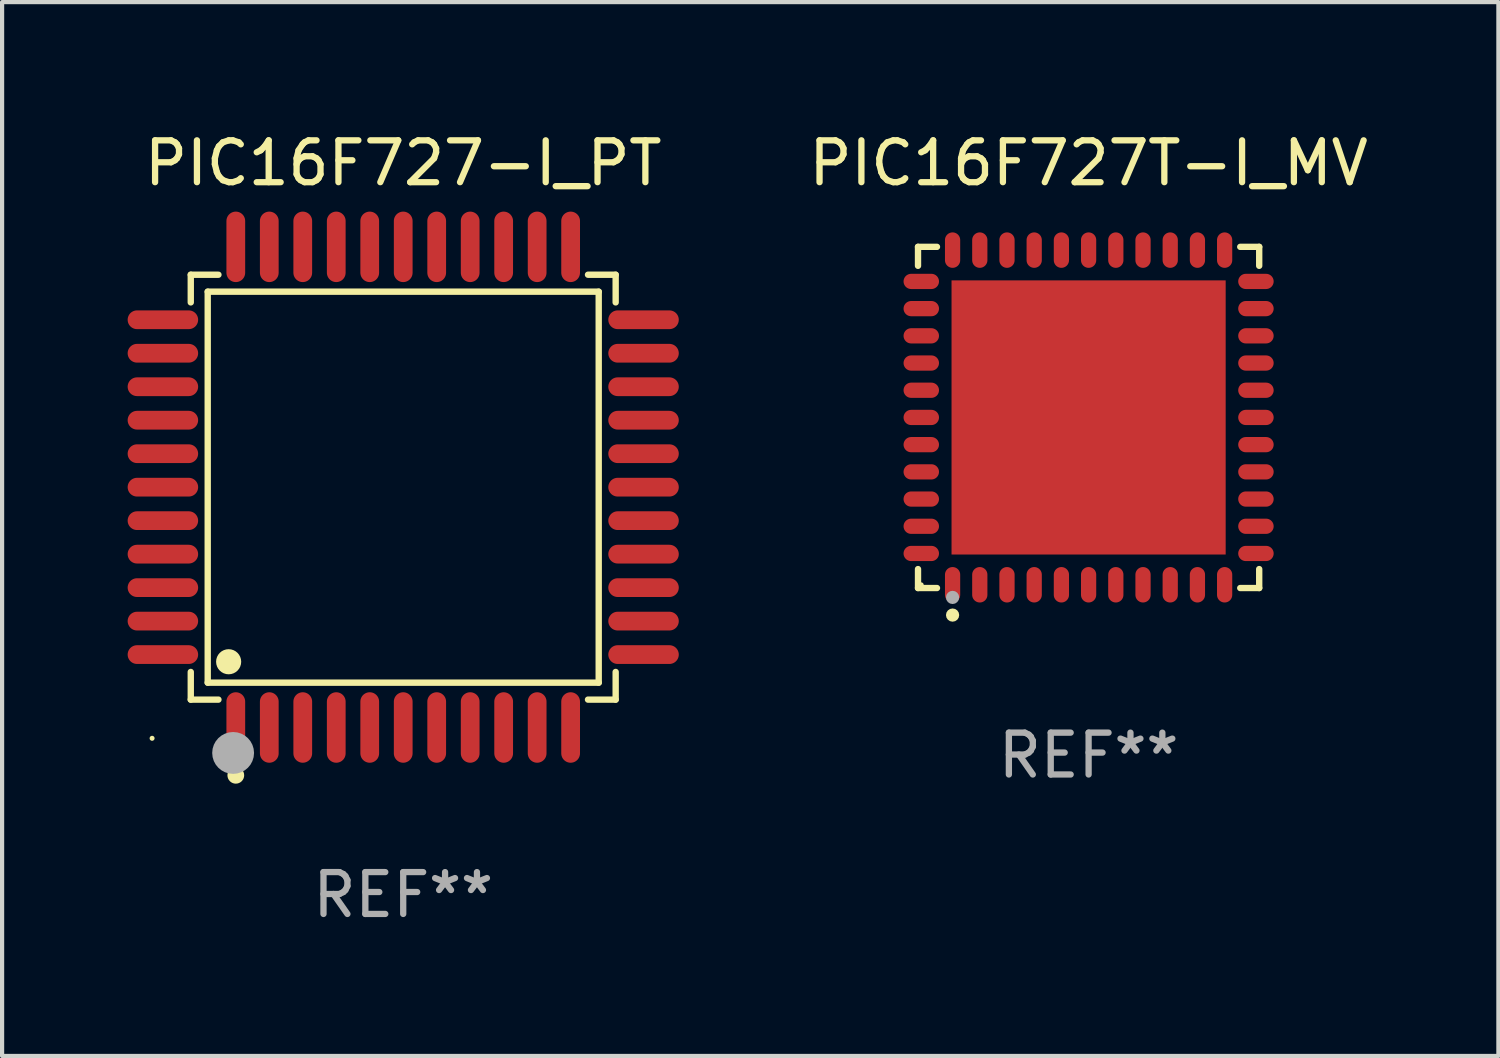
<source format=kicad_pcb>
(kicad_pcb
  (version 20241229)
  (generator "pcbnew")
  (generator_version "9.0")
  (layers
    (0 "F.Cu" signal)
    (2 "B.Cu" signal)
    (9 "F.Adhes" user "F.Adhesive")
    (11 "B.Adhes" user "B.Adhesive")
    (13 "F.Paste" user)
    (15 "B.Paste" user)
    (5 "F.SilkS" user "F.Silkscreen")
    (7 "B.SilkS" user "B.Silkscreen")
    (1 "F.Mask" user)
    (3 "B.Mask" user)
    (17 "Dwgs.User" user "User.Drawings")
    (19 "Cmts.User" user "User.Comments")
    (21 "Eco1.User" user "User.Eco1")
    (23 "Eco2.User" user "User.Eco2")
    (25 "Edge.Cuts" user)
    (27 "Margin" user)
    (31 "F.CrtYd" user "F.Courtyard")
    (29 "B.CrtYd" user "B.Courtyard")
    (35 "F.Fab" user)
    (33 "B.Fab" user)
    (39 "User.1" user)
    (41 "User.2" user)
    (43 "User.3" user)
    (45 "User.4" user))
  (footprint "PIC16F727-I_PT"
    (layer "F.Cu")
    (at 6.584 8.59)
    (property "Reference" "PIC16F727-I_PT" (at 0 -7.742 0) (layer "F.SilkS") (effects (font (size 1 1) (thickness 0.15))))
    (attr through_hole)
    (fp_line (start -5.076 -5.076) (end -4.415 -5.076) (stroke (width 0.152) (type solid)) (layer "F.SilkS"))
    (fp_line (start -5.076 -4.415) (end -5.076 -5.076) (stroke (width 0.152) (type solid)) (layer "F.SilkS"))
    (fp_line (start -5.076 4.415) (end -5.076 5.076) (stroke (width 0.152) (type solid)) (layer "F.SilkS"))
    (fp_line (start -5.076 5.076) (end -4.415 5.076) (stroke (width 0.152) (type solid)) (layer "F.SilkS"))
    (fp_line (start -4.671 -4.671) (end 4.671 -4.671) (stroke (width 0.152) (type solid)) (layer "F.SilkS"))
    (fp_line (start -4.671 4.671) (end -4.671 -4.671) (stroke (width 0.152) (type solid)) (layer "F.SilkS"))
    (fp_line (start 4.671 -4.671) (end 4.671 4.671) (stroke (width 0.152) (type solid)) (layer "F.SilkS"))
    (fp_line (start 4.671 4.671) (end -4.671 4.671) (stroke (width 0.152) (type solid)) (layer "F.SilkS"))
    (fp_line (start 5.076 -5.076) (end 4.415 -5.076) (stroke (width 0.152) (type solid)) (layer "F.SilkS"))
    (fp_line (start 5.076 -4.415) (end 5.076 -5.076) (stroke (width 0.152) (type solid)) (layer "F.SilkS"))
    (fp_line (start 5.076 4.415) (end 5.076 5.076) (stroke (width 0.152) (type solid)) (layer "F.SilkS"))
    (fp_line (start 5.076 5.076) (end 4.415 5.076) (stroke (width 0.152) (type solid)) (layer "F.SilkS"))
    (fp_circle (center -6 6) (end -5.97 6) (stroke (width 0.06) (type solid)) (fill no) (layer "F.SilkS"))
    (fp_circle (center -4.171 4.171) (end -4.021 4.171) (stroke (width 0.3) (type solid)) (fill no) (layer "F.SilkS"))
    (fp_circle (center -4 6.884) (end -3.9 6.884) (stroke (width 0.2) (type solid)) (fill no) (layer "F.SilkS"))
    (fp_circle (center -4.064 6.35) (end -3.814 6.35) (stroke (width 0.5) (type solid)) (fill no) (layer "F.Fab"))
    (fp_text user "REF**" (at 0 9.742 0) (layer "F.Fab") (effects (font (size 1 1) (thickness 0.15))))
    (pad "1" smd oval (at -4 5.742) (size 0.448 1.684) (layers "F.Cu" "F.Mask" "F.Paste"))
    (pad "2" smd oval (at -3.2 5.742) (size 0.448 1.684) (layers "F.Cu" "F.Mask" "F.Paste"))
    (pad "3" smd oval (at -2.4 5.742) (size 0.448 1.684) (layers "F.Cu" "F.Mask" "F.Paste"))
    (pad "4" smd oval (at -1.6 5.742) (size 0.448 1.684) (layers "F.Cu" "F.Mask" "F.Paste"))
    (pad "5" smd oval (at -0.8 5.742) (size 0.448 1.684) (layers "F.Cu" "F.Mask" "F.Paste"))
    (pad "6" smd oval (at 0 5.742) (size 0.448 1.684) (layers "F.Cu" "F.Mask" "F.Paste"))
    (pad "7" smd oval (at 0.8 5.742) (size 0.448 1.684) (layers "F.Cu" "F.Mask" "F.Paste"))
    (pad "8" smd oval (at 1.6 5.742) (size 0.448 1.684) (layers "F.Cu" "F.Mask" "F.Paste"))
    (pad "9" smd oval (at 2.4 5.742) (size 0.448 1.684) (layers "F.Cu" "F.Mask" "F.Paste"))
    (pad "10" smd oval (at 3.2 5.742) (size 0.448 1.684) (layers "F.Cu" "F.Mask" "F.Paste"))
    (pad "11" smd oval (at 4 5.742) (size 0.448 1.684) (layers "F.Cu" "F.Mask" "F.Paste"))
    (pad "12" smd oval (at 5.742 4) (size 1.684 0.448) (layers "F.Cu" "F.Mask" "F.Paste"))
    (pad "13" smd oval (at 5.742 3.2) (size 1.684 0.448) (layers "F.Cu" "F.Mask" "F.Paste"))
    (pad "14" smd oval (at 5.742 2.4) (size 1.684 0.448) (layers "F.Cu" "F.Mask" "F.Paste"))
    (pad "15" smd oval (at 5.742 1.6) (size 1.684 0.448) (layers "F.Cu" "F.Mask" "F.Paste"))
    (pad "16" smd oval (at 5.742 0.8) (size 1.684 0.448) (layers "F.Cu" "F.Mask" "F.Paste"))
    (pad "17" smd oval (at 5.742 0) (size 1.684 0.448) (layers "F.Cu" "F.Mask" "F.Paste"))
    (pad "18" smd oval (at 5.742 -0.8) (size 1.684 0.448) (layers "F.Cu" "F.Mask" "F.Paste"))
    (pad "19" smd oval (at 5.742 -1.6) (size 1.684 0.448) (layers "F.Cu" "F.Mask" "F.Paste"))
    (pad "20" smd oval (at 5.742 -2.4) (size 1.684 0.448) (layers "F.Cu" "F.Mask" "F.Paste"))
    (pad "21" smd oval (at 5.742 -3.2) (size 1.684 0.448) (layers "F.Cu" "F.Mask" "F.Paste"))
    (pad "22" smd oval (at 5.742 -4) (size 1.684 0.448) (layers "F.Cu" "F.Mask" "F.Paste"))
    (pad "23" smd oval (at 4 -5.742) (size 0.448 1.684) (layers "F.Cu" "F.Mask" "F.Paste"))
    (pad "24" smd oval (at 3.2 -5.742) (size 0.448 1.684) (layers "F.Cu" "F.Mask" "F.Paste"))
    (pad "25" smd oval (at 2.4 -5.742) (size 0.448 1.684) (layers "F.Cu" "F.Mask" "F.Paste"))
    (pad "26" smd oval (at 1.6 -5.742) (size 0.448 1.684) (layers "F.Cu" "F.Mask" "F.Paste"))
    (pad "27" smd oval (at 0.8 -5.742) (size 0.448 1.684) (layers "F.Cu" "F.Mask" "F.Paste"))
    (pad "28" smd oval (at 0 -5.742) (size 0.448 1.684) (layers "F.Cu" "F.Mask" "F.Paste"))
    (pad "29" smd oval (at -0.8 -5.742) (size 0.448 1.684) (layers "F.Cu" "F.Mask" "F.Paste"))
    (pad "30" smd oval (at -1.6 -5.742) (size 0.448 1.684) (layers "F.Cu" "F.Mask" "F.Paste"))
    (pad "31" smd oval (at -2.4 -5.742) (size 0.448 1.684) (layers "F.Cu" "F.Mask" "F.Paste"))
    (pad "32" smd oval (at -3.2 -5.742) (size 0.448 1.684) (layers "F.Cu" "F.Mask" "F.Paste"))
    (pad "33" smd oval (at -4 -5.742) (size 0.448 1.684) (layers "F.Cu" "F.Mask" "F.Paste"))
    (pad "34" smd oval (at -5.742 -4) (size 1.684 0.448) (layers "F.Cu" "F.Mask" "F.Paste"))
    (pad "35" smd oval (at -5.742 -3.2) (size 1.684 0.448) (layers "F.Cu" "F.Mask" "F.Paste"))
    (pad "36" smd oval (at -5.742 -2.4) (size 1.684 0.448) (layers "F.Cu" "F.Mask" "F.Paste"))
    (pad "37" smd oval (at -5.742 -1.6) (size 1.684 0.448) (layers "F.Cu" "F.Mask" "F.Paste"))
    (pad "38" smd oval (at -5.742 -0.8) (size 1.684 0.448) (layers "F.Cu" "F.Mask" "F.Paste"))
    (pad "39" smd oval (at -5.742 0) (size 1.684 0.448) (layers "F.Cu" "F.Mask" "F.Paste"))
    (pad "40" smd oval (at -5.742 0.8) (size 1.684 0.448) (layers "F.Cu" "F.Mask" "F.Paste"))
    (pad "41" smd oval (at -5.742 1.6) (size 1.684 0.448) (layers "F.Cu" "F.Mask" "F.Paste"))
    (pad "42" smd oval (at -5.742 2.4) (size 1.684 0.448) (layers "F.Cu" "F.Mask" "F.Paste"))
    (pad "43" smd oval (at -5.742 3.2) (size 1.684 0.448) (layers "F.Cu" "F.Mask" "F.Paste"))
    (pad "44" smd oval (at -5.742 4) (size 1.684 0.448) (layers "F.Cu" "F.Mask" "F.Paste")))
  (footprint "PIC16F727T-I_MV"
    (layer "F.Cu")
    (at 22.96 6.924)
    (property "Reference" "PIC16F727T-I_MV" (at 0 -6.076 0) (layer "F.SilkS") (effects (font (size 1 1) (thickness 0.15))))
    (attr through_hole)
    (fp_line (start -4.076 -4.076) (end -3.623 -4.076) (stroke (width 0.152) (type solid)) (layer "F.SilkS"))
    (fp_line (start -4.076 -3.623) (end -4.076 -4.076) (stroke (width 0.152) (type solid)) (layer "F.SilkS"))
    (fp_line (start -4.076 3.623) (end -4.076 4.076) (stroke (width 0.152) (type solid)) (layer "F.SilkS"))
    (fp_line (start -4.076 4.076) (end -3.623 4.076) (stroke (width 0.152) (type solid)) (layer "F.SilkS"))
    (fp_line (start 4.076 -4.076) (end 3.623 -4.076) (stroke (width 0.152) (type solid)) (layer "F.SilkS"))
    (fp_line (start 4.076 -3.623) (end 4.076 -4.076) (stroke (width 0.152) (type solid)) (layer "F.SilkS"))
    (fp_line (start 4.076 3.623) (end 4.076 4.076) (stroke (width 0.152) (type solid)) (layer "F.SilkS"))
    (fp_line (start 4.076 4.076) (end 3.623 4.076) (stroke (width 0.152) (type solid)) (layer "F.SilkS"))
    (fp_circle (center -4 4) (end -3.97 4) (stroke (width 0.06) (type solid)) (fill no) (layer "F.SilkS"))
    (fp_circle (center -3.25 4.722) (end -3.171 4.722) (stroke (width 0.158) (type solid)) (fill no) (layer "F.SilkS"))
    (fp_circle (center -3.25 4.3) (end -3.171 4.3) (stroke (width 0.158) (type solid)) (fill no) (layer "F.Fab"))
    (fp_text user "REF**" (at 0 8.076 0) (layer "F.Fab") (effects (font (size 1 1) (thickness 0.15))))
    (pad "1" smd oval (at -3.25 3.998) (size 0.364 0.847) (layers "F.Cu" "F.Mask" "F.Paste"))
    (pad "2" smd oval (at -2.6 3.998) (size 0.364 0.847) (layers "F.Cu" "F.Mask" "F.Paste"))
    (pad "3" smd oval (at -1.95 3.998) (size 0.364 0.847) (layers "F.Cu" "F.Mask" "F.Paste"))
    (pad "4" smd oval (at -1.3 3.998) (size 0.364 0.847) (layers "F.Cu" "F.Mask" "F.Paste"))
    (pad "5" smd oval (at -0.65 3.998) (size 0.364 0.847) (layers "F.Cu" "F.Mask" "F.Paste"))
    (pad "6" smd oval (at 0 3.998) (size 0.364 0.847) (layers "F.Cu" "F.Mask" "F.Paste"))
    (pad "7" smd oval (at 0.65 3.998) (size 0.364 0.847) (layers "F.Cu" "F.Mask" "F.Paste"))
    (pad "8" smd oval (at 1.3 3.998) (size 0.364 0.847) (layers "F.Cu" "F.Mask" "F.Paste"))
    (pad "9" smd oval (at 1.95 3.998) (size 0.364 0.847) (layers "F.Cu" "F.Mask" "F.Paste"))
    (pad "10" smd oval (at 2.6 3.998) (size 0.364 0.847) (layers "F.Cu" "F.Mask" "F.Paste"))
    (pad "11" smd oval (at 3.25 3.998) (size 0.364 0.847) (layers "F.Cu" "F.Mask" "F.Paste"))
    (pad "12" smd oval (at 3.998 3.25) (size 0.847 0.364) (layers "F.Cu" "F.Mask" "F.Paste"))
    (pad "13" smd oval (at 3.998 2.6) (size 0.847 0.364) (layers "F.Cu" "F.Mask" "F.Paste"))
    (pad "14" smd oval (at 3.998 1.95) (size 0.847 0.364) (layers "F.Cu" "F.Mask" "F.Paste"))
    (pad "15" smd oval (at 3.998 1.3) (size 0.847 0.364) (layers "F.Cu" "F.Mask" "F.Paste"))
    (pad "16" smd oval (at 3.998 0.65) (size 0.847 0.364) (layers "F.Cu" "F.Mask" "F.Paste"))
    (pad "17" smd oval (at 3.998 0) (size 0.847 0.364) (layers "F.Cu" "F.Mask" "F.Paste"))
    (pad "18" smd oval (at 3.998 -0.65) (size 0.847 0.364) (layers "F.Cu" "F.Mask" "F.Paste"))
    (pad "19" smd oval (at 3.998 -1.3) (size 0.847 0.364) (layers "F.Cu" "F.Mask" "F.Paste"))
    (pad "20" smd oval (at 3.998 -1.95) (size 0.847 0.364) (layers "F.Cu" "F.Mask" "F.Paste"))
    (pad "21" smd oval (at 3.998 -2.6) (size 0.847 0.364) (layers "F.Cu" "F.Mask" "F.Paste"))
    (pad "22" smd oval (at 3.998 -3.25) (size 0.847 0.364) (layers "F.Cu" "F.Mask" "F.Paste"))
    (pad "23" smd oval (at 3.25 -3.998) (size 0.364 0.847) (layers "F.Cu" "F.Mask" "F.Paste"))
    (pad "24" smd oval (at 2.6 -3.998) (size 0.364 0.847) (layers "F.Cu" "F.Mask" "F.Paste"))
    (pad "25" smd oval (at 1.95 -3.998) (size 0.364 0.847) (layers "F.Cu" "F.Mask" "F.Paste"))
    (pad "26" smd oval (at 1.3 -3.998) (size 0.364 0.847) (layers "F.Cu" "F.Mask" "F.Paste"))
    (pad "27" smd oval (at 0.65 -3.998) (size 0.364 0.847) (layers "F.Cu" "F.Mask" "F.Paste"))
    (pad "28" smd oval (at 0 -3.998) (size 0.364 0.847) (layers "F.Cu" "F.Mask" "F.Paste"))
    (pad "29" smd oval (at -0.65 -3.998) (size 0.364 0.847) (layers "F.Cu" "F.Mask" "F.Paste"))
    (pad "30" smd oval (at -1.3 -3.998) (size 0.364 0.847) (layers "F.Cu" "F.Mask" "F.Paste"))
    (pad "31" smd oval (at -1.95 -3.998) (size 0.364 0.847) (layers "F.Cu" "F.Mask" "F.Paste"))
    (pad "32" smd oval (at -2.6 -3.998) (size 0.364 0.847) (layers "F.Cu" "F.Mask" "F.Paste"))
    (pad "33" smd oval (at -3.25 -3.998) (size 0.364 0.847) (layers "F.Cu" "F.Mask" "F.Paste"))
    (pad "34" smd oval (at -3.998 -3.25) (size 0.847 0.364) (layers "F.Cu" "F.Mask" "F.Paste"))
    (pad "35" smd oval (at -3.998 -2.6) (size 0.847 0.364) (layers "F.Cu" "F.Mask" "F.Paste"))
    (pad "36" smd oval (at -3.998 -1.95) (size 0.847 0.364) (layers "F.Cu" "F.Mask" "F.Paste"))
    (pad "37" smd oval (at -3.998 -1.3) (size 0.847 0.364) (layers "F.Cu" "F.Mask" "F.Paste"))
    (pad "38" smd oval (at -3.998 -0.65) (size 0.847 0.364) (layers "F.Cu" "F.Mask" "F.Paste"))
    (pad "39" smd oval (at -3.998 0) (size 0.847 0.364) (layers "F.Cu" "F.Mask" "F.Paste"))
    (pad "40" smd oval (at -3.998 0.65) (size 0.847 0.364) (layers "F.Cu" "F.Mask" "F.Paste"))
    (pad "41" smd oval (at -3.998 1.3) (size 0.847 0.364) (layers "F.Cu" "F.Mask" "F.Paste"))
    (pad "42" smd oval (at -3.998 1.95) (size 0.847 0.364) (layers "F.Cu" "F.Mask" "F.Paste"))
    (pad "43" smd oval (at -3.998 2.6) (size 0.847 0.364) (layers "F.Cu" "F.Mask" "F.Paste"))
    (pad "44" smd oval (at -3.998 3.25) (size 0.847 0.364) (layers "F.Cu" "F.Mask" "F.Paste"))
    (pad "45" smd rect (at 0 0) (size 6.55 6.55) (layers "F.Cu" "F.Mask" "F.Paste")))
  (gr_rect
    (start -3 -3)
    (end 32.751 22.18)
    (stroke (width 0.1) (type default))
    (fill no)
    (layer "Edge.Cuts")))
</source>
